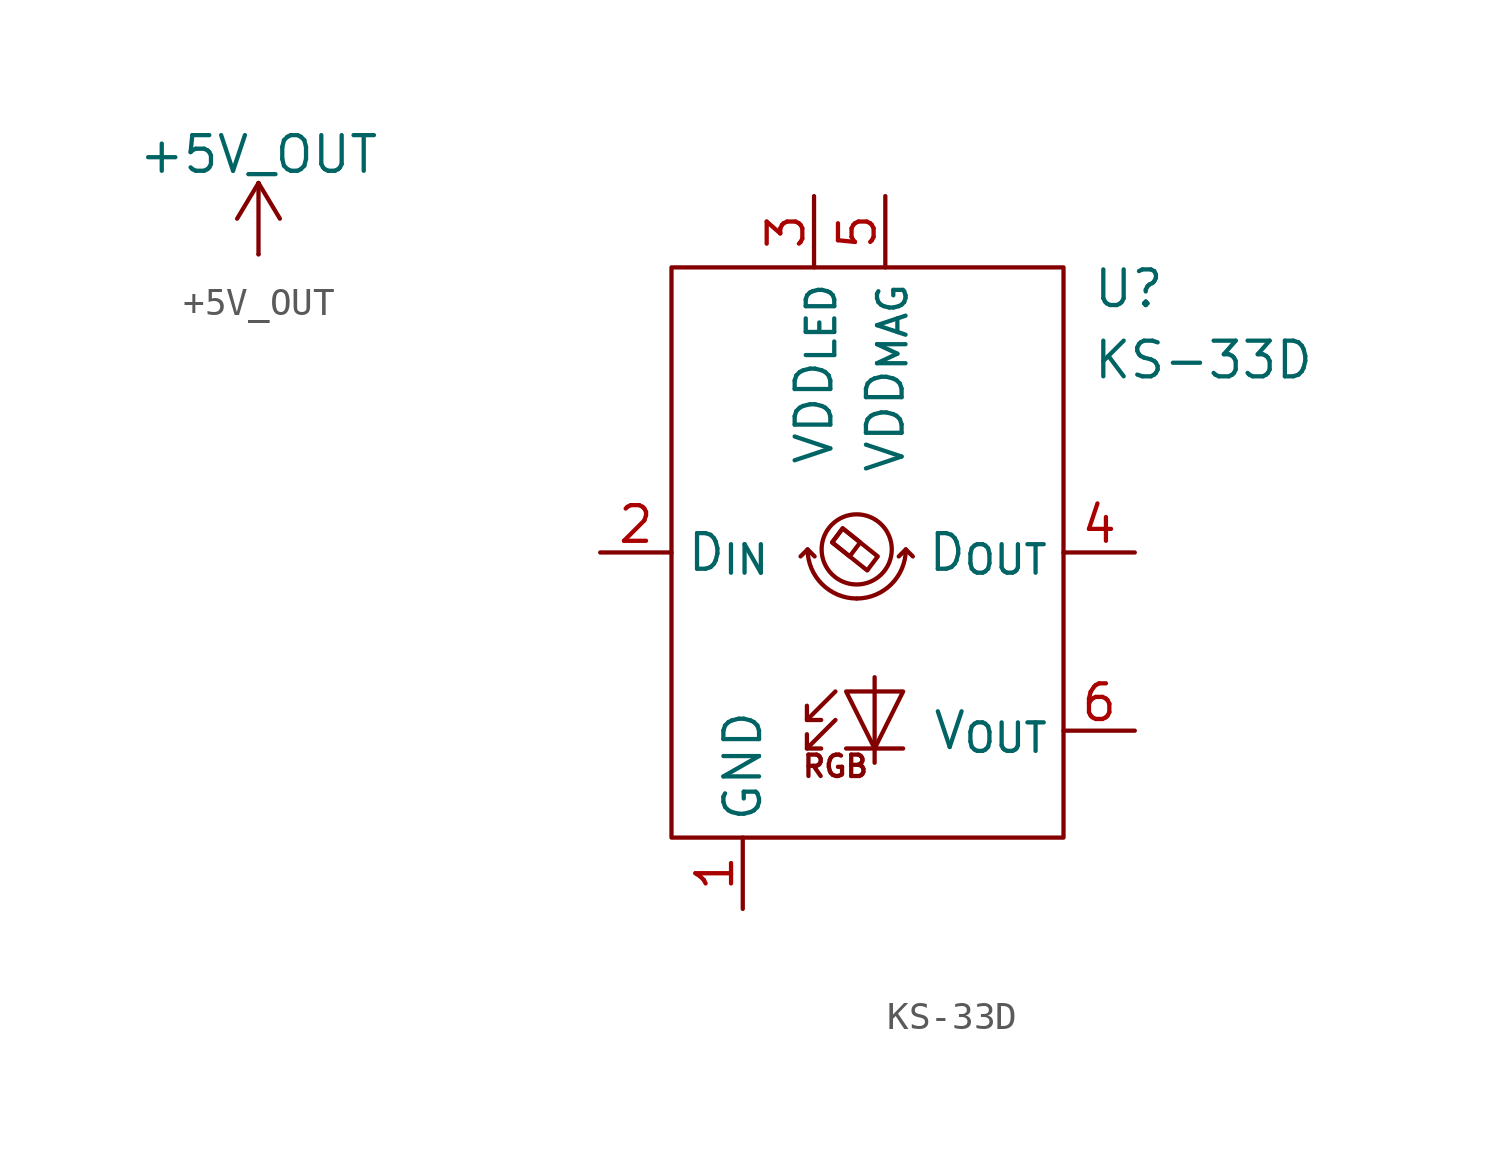
<source format=kicad_sym>
(kicad_symbol_lib
  (version 20241209)
  (generator "kicad_symbol_editor")
  (generator_version "9.0")
  (symbol "+5V_OUT"
    (power)
    (pin_numbers
      (hide yes))
    (pin_names
      (offset 0)
      (hide yes))
    (property "Reference" "#PWR"
      (at 0 -3.81 0)
      (effects (font (size 1.27 1.27)) (hide yes)))
    (property "Value" "+5V_OUT"
      (at 0 3.556 0)
      (effects (font (size 1.27 1.27))))
    (symbol "+5V_OUT_0_1"
      (polyline (pts (xy -0.762 1.27) (xy 0 2.54)) (stroke (width 0) (type default)) (fill (type none)))
      (polyline (pts (xy 0 2.54) (xy 0.762 1.27)) (stroke (width 0) (type default)) (fill (type none)))
      (polyline (pts (xy 0 0) (xy 0 2.54)) (stroke (width 0) (type default)) (fill (type none))))
    (symbol "+5V_OUT_1_1"
      (pin power_in line (at 0 0 90) (length 0) (name "~" (effects (font (size 1.27 1.27)))) (number "1" (effects (font (size 1.27 1.27)))))))
  (symbol "KS-33D"
    (property "Reference" "U"
      (at 8.636 18.288 0)
      (do_not_autoplace)
      (effects (font (size 1.27 1.27)) (justify left)))
    (property "Value" "KS-33D"
      (at 8.636 15.748 0)
      (do_not_autoplace)
      (effects (font (size 1.27 1.27)) (justify left)))
    (symbol "KS-33D_0_0"
      (text "RGB" (at -0.508 1.27 0) (effects (font (size 0.762 0.762)))))
    (symbol "KS-33D_0_1"
      (rectangle (start -6.35 19.05) (end 7.62 -1.27) (stroke (width 0) (type default)) (fill (type none)))
      (polyline (pts (xy -1.75 8.75) (xy -1.5 9) (xy -1.25 8.75)) (stroke (width 0) (type default)) (fill (type none)))
      (polyline (pts (xy -1.524 2.921) (xy -1.016 2.921)) (stroke (width 0) (type default)) (fill (type none)))
      (polyline (pts (xy -1.524 1.905) (xy -1.016 1.905)) (stroke (width 0) (type default)) (fill (type none)))
      (polyline (pts (xy -0.508 3.937) (xy -1.524 2.921) (xy -1.524 3.429)) (stroke (width 0) (type default)) (fill (type none)))
      (polyline (pts (xy -0.508 2.921) (xy -1.524 1.905) (xy -1.524 2.413)) (stroke (width 0) (type default)) (fill (type none)))
      (polyline (pts (xy -0.25 9.75) (xy -0.625 9.25) (xy 0 8.75) (xy 0.375 9.25) (xy -0.25 9.75)) (stroke (width 0) (type default)) (fill (type color) (color 0 0 0 0)))
      (arc (start 2 9) (mid 1.4874 7.7626) (end 0.25 7.25) (stroke (width 0) (type default)) (fill (type none)))
      (circle (center 0.25 9) (radius 1.25) (stroke (width 0) (type default)) (fill (type none)))
      (arc (start 0.25 7.25) (mid -0.9864 7.7636) (end -1.5 9) (stroke (width 0) (type default)) (fill (type none)))
      (polyline (pts (xy 0.625 8.25) (xy 1 8.75) (xy -0.25 9.75) (xy -0.625 9.25) (xy 0.625 8.25)) (stroke (width 0) (type default)) (fill (type none)))
      (polyline (pts (xy 0.889 4.445) (xy 0.889 1.905) (xy 0.889 1.397)) (stroke (width 0) (type default)) (fill (type none)))
      (polyline (pts (xy 1.905 3.937) (xy -0.127 3.937) (xy 0.889 1.905) (xy 1.905 3.937)) (stroke (width 0) (type default)) (fill (type none)))
      (polyline (pts (xy 1.905 1.905) (xy -0.127 1.905)) (stroke (width 0) (type default)) (fill (type none)))
      (polyline (pts (xy 2.25 8.75) (xy 2 9) (xy 1.75 8.75)) (stroke (width 0) (type default)) (fill (type none))))
    (symbol "KS-33D_1_1"
      (pin input line (at -8.89 8.89 0) (length 2.54) (name "D_{IN}" (effects (font (size 1.27 1.27)))) (number "2" (effects (font (size 1.27 1.27)))))
      (pin power_in line (at -3.81 -3.81 90) (length 2.54) (name "GND" (effects (font (size 1.27 1.27)))) (number "1" (effects (font (size 1.27 1.27)))))
      (pin power_in line (at -1.27 21.59 270) (length 2.54) (name "VDD_{LED}" (effects (font (size 1.27 1.27)))) (number "3" (effects (font (size 1.27 1.27)))))
      (pin power_in line (at 1.27 21.59 270) (length 2.54) (name "VDD_{MAG}" (effects (font (size 1.27 1.27)))) (number "5" (effects (font (size 1.27 1.27)))))
      (pin output line (at 10.16 8.89 180) (length 2.54) (name "D_{OUT}" (effects (font (size 1.27 1.27)))) (number "4" (effects (font (size 1.27 1.27)))))
      (pin output line (at 10.16 2.54 180) (length 2.54) (name "V_{OUT}" (effects (font (size 1.27 1.27)))) (number "6" (effects (font (size 1.27 1.27))))))))
</source>
